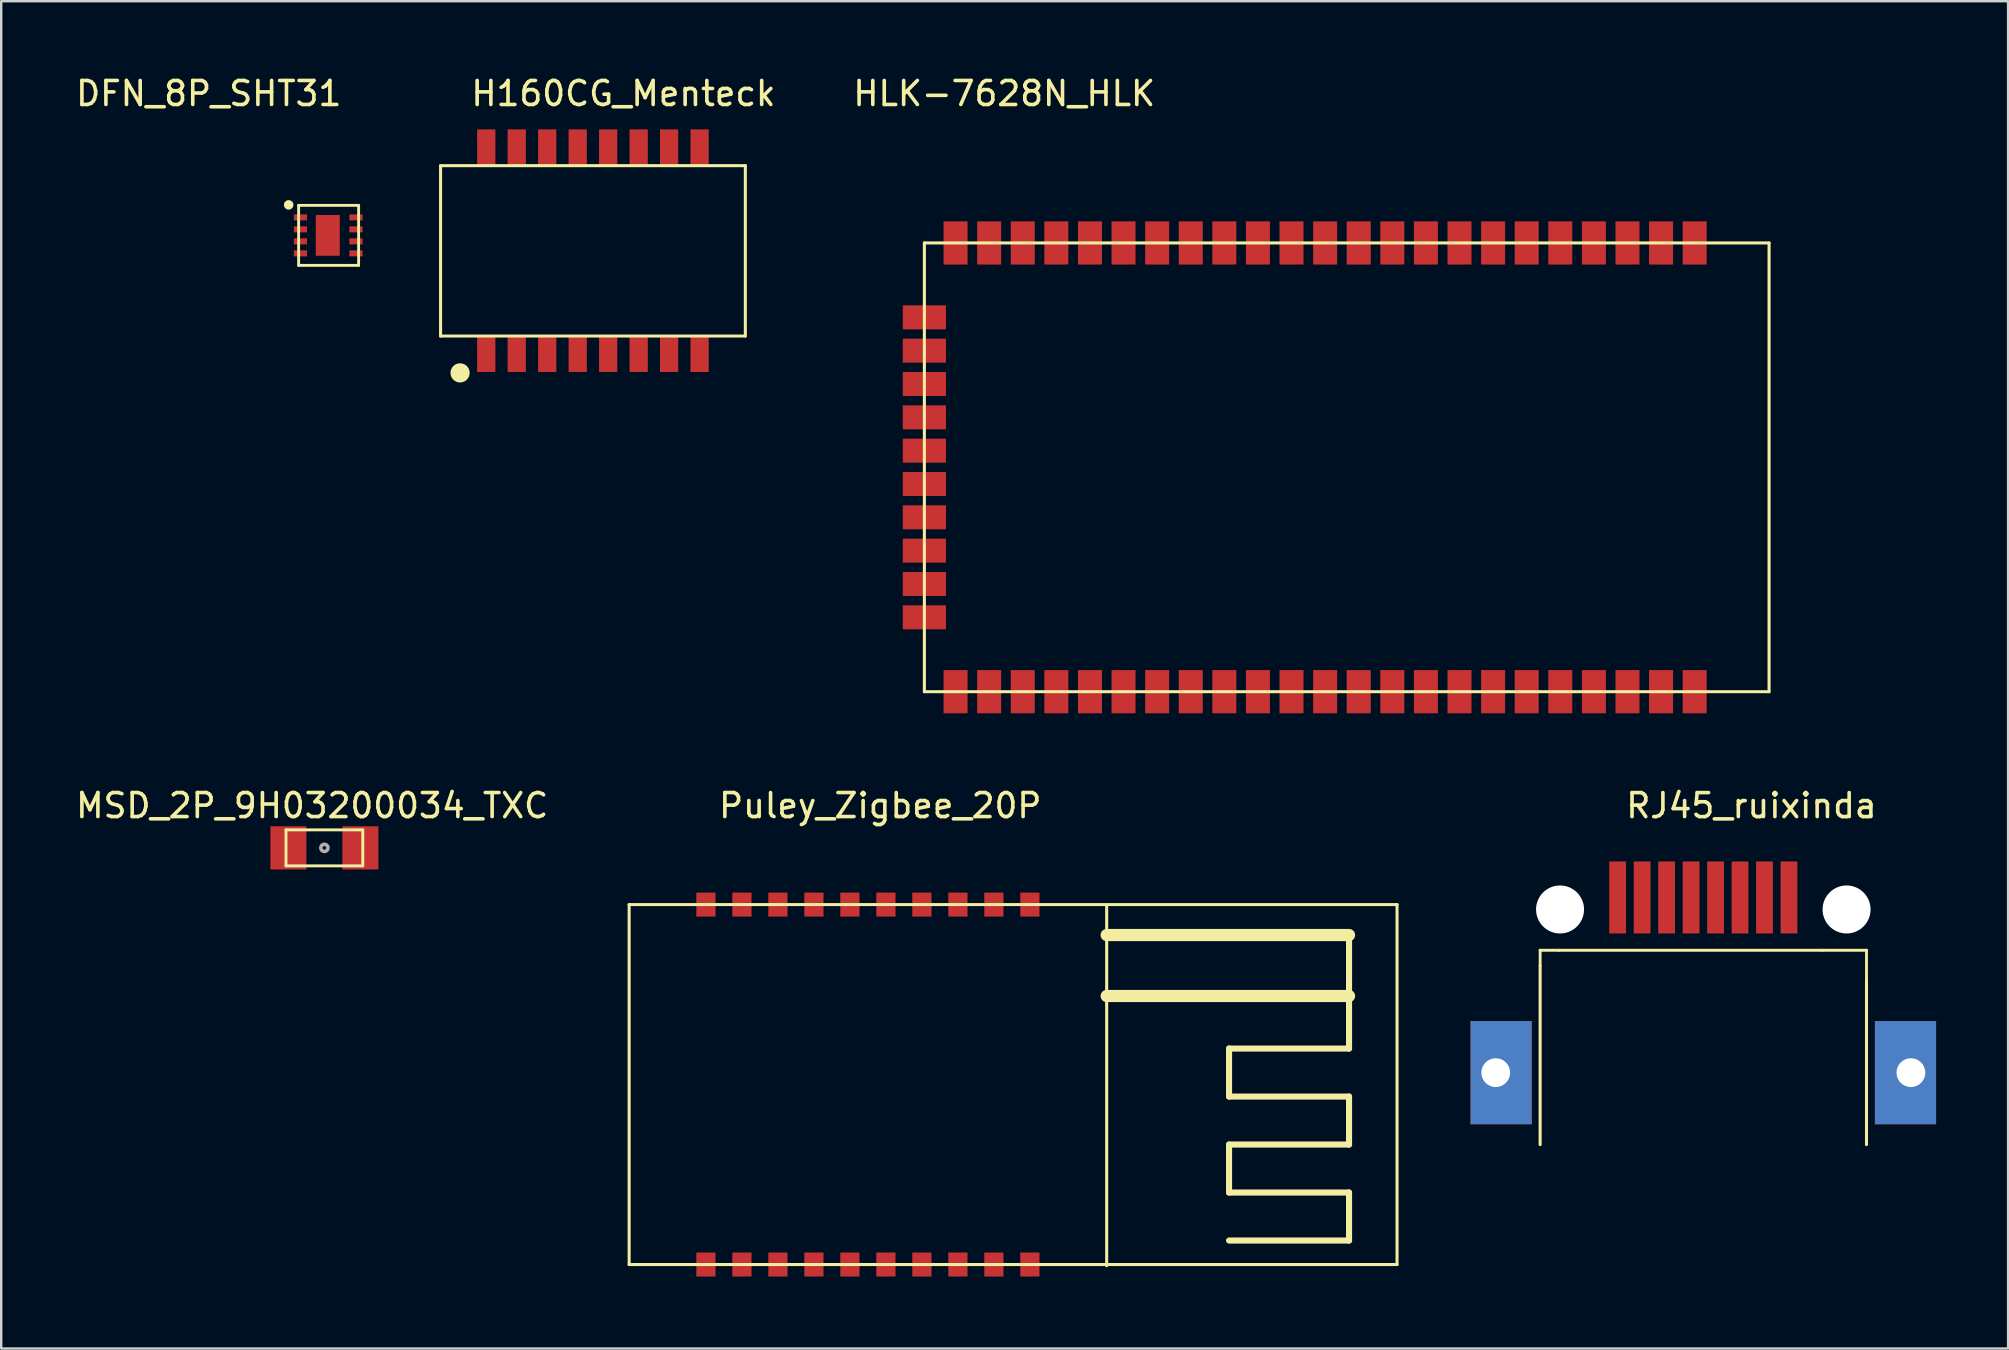
<source format=kicad_pcb>
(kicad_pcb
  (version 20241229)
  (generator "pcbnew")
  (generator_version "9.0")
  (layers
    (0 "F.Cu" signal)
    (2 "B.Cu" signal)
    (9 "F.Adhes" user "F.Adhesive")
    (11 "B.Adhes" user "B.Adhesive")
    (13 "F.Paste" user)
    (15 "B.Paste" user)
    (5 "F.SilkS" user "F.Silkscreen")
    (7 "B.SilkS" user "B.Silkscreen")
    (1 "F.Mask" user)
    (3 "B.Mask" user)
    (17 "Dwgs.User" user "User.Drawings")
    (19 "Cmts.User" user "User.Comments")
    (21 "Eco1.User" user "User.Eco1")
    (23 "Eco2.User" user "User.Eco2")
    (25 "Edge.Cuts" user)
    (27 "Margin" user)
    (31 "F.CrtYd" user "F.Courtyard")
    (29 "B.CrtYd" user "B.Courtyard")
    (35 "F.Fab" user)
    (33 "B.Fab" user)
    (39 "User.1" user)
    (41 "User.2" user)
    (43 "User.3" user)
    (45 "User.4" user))
  (footprint "DFN_8P_SHT31"
    (layer "F.Cu")
    (at 9.469 6.008)
    (property "Reference" "DFN_8P_SHT31" (at -3.82 -5.16 0) (layer "F.SilkS") (effects (font (size 1 1) (thickness 0.15))))
    (attr through_hole)
    (fp_line (start -0.075 -0.5) (end -0.075 2) (stroke (width 0.12) (type solid)) (layer "F.SilkS"))
    (fp_line (start -0.075 -0.5) (end 2.425 -0.5) (stroke (width 0.12) (type solid)) (layer "F.SilkS"))
    (fp_line (start -0.075 2) (end 2.425 2) (stroke (width 0.12) (type solid)) (layer "F.SilkS"))
    (fp_line (start 2.425 2) (end 2.425 -0.5) (stroke (width 0.12) (type solid)) (layer "F.SilkS"))
    (fp_circle (center -0.49 -0.52) (end -0.39 -0.52) (stroke (width 0.2) (type solid)) (fill no) (layer "F.SilkS"))
    (pad "0" smd rect (at 1.14 0.75) (size 1 1.7) (layers "F.Cu" "F.Mask" "F.Paste"))
    (pad "1" smd rect (at 0 0) (size 0.55 0.25) (layers "F.Cu" "F.Mask" "F.Paste"))
    (pad "2" smd rect (at 0 0.5) (size 0.55 0.25) (layers "F.Cu" "F.Mask" "F.Paste"))
    (pad "3" smd rect (at 0 1) (size 0.55 0.25) (layers "F.Cu" "F.Mask" "F.Paste"))
    (pad "4" smd rect (at 0 1.5) (size 0.55 0.25) (layers "F.Cu" "F.Mask" "F.Paste"))
    (pad "5" smd rect (at 2.315 1.5) (size 0.55 0.25) (layers "F.Cu" "F.Mask" "F.Paste"))
    (pad "6" smd rect (at 2.315 1) (size 0.55 0.25) (layers "F.Cu" "F.Mask" "F.Paste"))
    (pad "7" smd rect (at 2.315 0.5) (size 0.55 0.25) (layers "F.Cu" "F.Mask" "F.Paste"))
    (pad "8" smd rect (at 2.315 0) (size 0.55 0.25) (layers "F.Cu" "F.Mask" "F.Paste")))
  (footprint "RJ45_ruixinda"
    (layer "F.Cu")
    (at 61.96 34.849)
    (property "Reference" "RJ45_ruixinda" (at 7.976 -4.326 0) (layer "F.SilkS") (effects (font (size 1 1) (thickness 0.15))))
    (attr through_hole)
    (fp_line (start -0.83 2.337) (end -0.83 1.7) (stroke (width 0.12) (type solid)) (layer "F.SilkS"))
    (fp_line (start -0.83 9.8) (end -0.83 2.337) (stroke (width 0.127) (type solid)) (layer "F.SilkS"))
    (fp_line (start -0.813 1.7) (end -0.83 1.7) (stroke (width 0.12) (type solid)) (layer "F.SilkS"))
    (fp_line (start -0.051 1.7) (end -0.813 1.7) (stroke (width 0.12) (type solid)) (layer "F.SilkS"))
    (fp_line (start -0.051 1.7) (end 10.922 1.7) (stroke (width 0.12) (type solid)) (layer "F.SilkS"))
    (fp_line (start 10.922 1.7) (end 12.77 1.7) (stroke (width 0.12) (type solid)) (layer "F.SilkS"))
    (fp_line (start 12.77 1.727) (end 12.77 1.7) (stroke (width 0.12) (type solid)) (layer "F.SilkS"))
    (fp_line (start 12.77 2.997) (end 12.77 1.727) (stroke (width 0.12) (type solid)) (layer "F.SilkS"))
    (fp_line (start 12.77 2.997) (end 12.77 9.8) (stroke (width 0.127) (type solid)) (layer "F.SilkS"))
    (pad "" np_thru_hole circle (at 0 0) (size 2 2) (drill 2) (layers "*.Cu" "*.Mask"))
    (pad "" np_thru_hole circle (at 11.94 0) (size 2 2) (drill 2) (layers "*.Cu" "*.Mask"))
    (pad "0" thru_hole rect (at -2.68 6.8) (size 2.55 4.3) (drill 1.2 (offset 0.225 0)) (layers "*.Cu" "*.Mask"))
    (pad "0" thru_hole rect (at 14.62 6.8) (size 2.55 4.3) (drill 1.2 (offset -0.225 0)) (layers "*.Cu" "*.Mask"))
    (pad "1" smd rect (at 2.4 -0.5) (size 0.7 3) (layers "F.Cu" "F.Mask" "F.Paste"))
    (pad "2" smd rect (at 3.42 -0.5) (size 0.7 3) (layers "F.Cu" "F.Mask" "F.Paste"))
    (pad "3" smd rect (at 4.44 -0.5) (size 0.7 3) (layers "F.Cu" "F.Mask" "F.Paste"))
    (pad "4" smd rect (at 5.46 -0.5) (size 0.7 3) (layers "F.Cu" "F.Mask" "F.Paste"))
    (pad "5" smd rect (at 6.48 -0.5) (size 0.7 3) (layers "F.Cu" "F.Mask" "F.Paste"))
    (pad "6" smd rect (at 7.5 -0.5) (size 0.7 3) (layers "F.Cu" "F.Mask" "F.Paste"))
    (pad "7" smd rect (at 8.52 -0.5) (size 0.7 3) (layers "F.Cu" "F.Mask" "F.Paste"))
    (pad "8" smd rect (at 9.54 -0.5) (size 0.7 3) (layers "F.Cu" "F.Mask" "F.Paste")))
  (footprint "HLK-7628N_HLK"
    (layer "F.Cu")
    (at 35.47 7.074)
    (property "Reference" "HLK-7628N_HLK" (at 3.328 -6.226 0) (layer "F.SilkS") (effects (font (size 1 1) (thickness 0.15))))
    (attr smd)
    (fp_line (start 0 0) (end 0 18.7) (stroke (width 0.127) (type solid)) (layer "F.SilkS"))
    (fp_line (start 0 0) (end 35.2 0) (stroke (width 0.127) (type solid)) (layer "F.SilkS"))
    (fp_line (start 0 18.7) (end 35.2 18.7) (stroke (width 0.127) (type solid)) (layer "F.SilkS"))
    (fp_line (start 35.2 0) (end 35.2 18.7) (stroke (width 0.127) (type solid)) (layer "F.SilkS"))
    (pad "1" smd rect (at 32.1 0) (size 1 1.8) (layers "F.Cu" "F.Mask" "F.Paste"))
    (pad "2" smd rect (at 30.7 0) (size 1 1.8) (layers "F.Cu" "F.Mask" "F.Paste"))
    (pad "3" smd rect (at 29.3 0) (size 1 1.8) (layers "F.Cu" "F.Mask" "F.Paste"))
    (pad "4" smd rect (at 27.9 0) (size 1 1.8) (layers "F.Cu" "F.Mask" "F.Paste"))
    (pad "5" smd rect (at 26.5 0) (size 1 1.8) (layers "F.Cu" "F.Mask" "F.Paste"))
    (pad "6" smd rect (at 25.1 0) (size 1 1.8) (layers "F.Cu" "F.Mask" "F.Paste"))
    (pad "7" smd rect (at 23.7 0) (size 1 1.8) (layers "F.Cu" "F.Mask" "F.Paste"))
    (pad "8" smd rect (at 22.3 0) (size 1 1.8) (layers "F.Cu" "F.Mask" "F.Paste"))
    (pad "9" smd rect (at 20.9 0) (size 1 1.8) (layers "F.Cu" "F.Mask" "F.Paste"))
    (pad "10" smd rect (at 19.5 0) (size 1 1.8) (layers "F.Cu" "F.Mask" "F.Paste"))
    (pad "11" smd rect (at 18.1 0) (size 1 1.8) (layers "F.Cu" "F.Mask" "F.Paste"))
    (pad "12" smd rect (at 16.7 0) (size 1 1.8) (layers "F.Cu" "F.Mask" "F.Paste"))
    (pad "13" smd rect (at 15.3 0) (size 1 1.8) (layers "F.Cu" "F.Mask" "F.Paste"))
    (pad "14" smd rect (at 13.9 0) (size 1 1.8) (layers "F.Cu" "F.Mask" "F.Paste"))
    (pad "15" smd rect (at 12.5 0) (size 1 1.8) (layers "F.Cu" "F.Mask" "F.Paste"))
    (pad "16" smd rect (at 11.1 0) (size 1 1.8) (layers "F.Cu" "F.Mask" "F.Paste"))
    (pad "17" smd rect (at 9.7 0) (size 1 1.8) (layers "F.Cu" "F.Mask" "F.Paste"))
    (pad "18" smd rect (at 8.3 0) (size 1 1.8) (layers "F.Cu" "F.Mask" "F.Paste"))
    (pad "19" smd rect (at 6.9 0) (size 1 1.8) (layers "F.Cu" "F.Mask" "F.Paste"))
    (pad "20" smd rect (at 5.5 0) (size 1 1.8) (layers "F.Cu" "F.Mask" "F.Paste"))
    (pad "21" smd rect (at 4.1 0) (size 1 1.8) (layers "F.Cu" "F.Mask" "F.Paste"))
    (pad "22" smd rect (at 2.7 0) (size 1 1.8) (layers "F.Cu" "F.Mask" "F.Paste"))
    (pad "23" smd rect (at 1.3 0) (size 1 1.8) (layers "F.Cu" "F.Mask" "F.Paste"))
    (pad "24" smd rect (at 0 3.1 90) (size 1 1.8) (layers "F.Cu" "F.Mask" "F.Paste"))
    (pad "25" smd rect (at 0 4.489 90) (size 1 1.8) (layers "F.Cu" "F.Mask" "F.Paste"))
    (pad "26" smd rect (at 0 5.878 90) (size 1 1.8) (layers "F.Cu" "F.Mask" "F.Paste"))
    (pad "27" smd rect (at 0 7.267 90) (size 1 1.8) (layers "F.Cu" "F.Mask" "F.Paste"))
    (pad "28" smd rect (at 0 8.656 90) (size 1 1.8) (layers "F.Cu" "F.Mask" "F.Paste"))
    (pad "29" smd rect (at 0 10.044 90) (size 1 1.8) (layers "F.Cu" "F.Mask" "F.Paste"))
    (pad "30" smd rect (at 0 11.433 90) (size 1 1.8) (layers "F.Cu" "F.Mask" "F.Paste"))
    (pad "31" smd rect (at 0 12.822 90) (size 1 1.8) (layers "F.Cu" "F.Mask" "F.Paste"))
    (pad "32" smd rect (at 0 14.211 90) (size 1 1.8) (layers "F.Cu" "F.Mask" "F.Paste"))
    (pad "33" smd rect (at 0 15.6 90) (size 1 1.8) (layers "F.Cu" "F.Mask" "F.Paste"))
    (pad "34" smd rect (at 1.3 18.7 180) (size 1 1.8) (layers "F.Cu" "F.Mask" "F.Paste"))
    (pad "35" smd rect (at 2.7 18.7 180) (size 1 1.8) (layers "F.Cu" "F.Mask" "F.Paste"))
    (pad "36" smd rect (at 4.1 18.7 180) (size 1 1.8) (layers "F.Cu" "F.Mask" "F.Paste"))
    (pad "37" smd rect (at 5.5 18.7 180) (size 1 1.8) (layers "F.Cu" "F.Mask" "F.Paste"))
    (pad "38" smd rect (at 6.9 18.7 180) (size 1 1.8) (layers "F.Cu" "F.Mask" "F.Paste"))
    (pad "39" smd rect (at 8.3 18.7 180) (size 1 1.8) (layers "F.Cu" "F.Mask" "F.Paste"))
    (pad "40" smd rect (at 9.7 18.7 180) (size 1 1.8) (layers "F.Cu" "F.Mask" "F.Paste"))
    (pad "41" smd rect (at 11.1 18.7 180) (size 1 1.8) (layers "F.Cu" "F.Mask" "F.Paste"))
    (pad "42" smd rect (at 12.5 18.7 180) (size 1 1.8) (layers "F.Cu" "F.Mask" "F.Paste"))
    (pad "43" smd rect (at 13.9 18.7 180) (size 1 1.8) (layers "F.Cu" "F.Mask" "F.Paste"))
    (pad "44" smd rect (at 15.3 18.7 180) (size 1 1.8) (layers "F.Cu" "F.Mask" "F.Paste"))
    (pad "45" smd rect (at 16.7 18.7 180) (size 1 1.8) (layers "F.Cu" "F.Mask" "F.Paste"))
    (pad "46" smd rect (at 18.1 18.7 180) (size 1 1.8) (layers "F.Cu" "F.Mask" "F.Paste"))
    (pad "47" smd rect (at 19.5 18.7 180) (size 1 1.8) (layers "F.Cu" "F.Mask" "F.Paste"))
    (pad "48" smd rect (at 20.9 18.7 180) (size 1 1.8) (layers "F.Cu" "F.Mask" "F.Paste"))
    (pad "49" smd rect (at 22.3 18.7 180) (size 1 1.8) (layers "F.Cu" "F.Mask" "F.Paste"))
    (pad "50" smd rect (at 23.7 18.7 180) (size 1 1.8) (layers "F.Cu" "F.Mask" "F.Paste"))
    (pad "51" smd rect (at 25.1 18.7 180) (size 1 1.8) (layers "F.Cu" "F.Mask" "F.Paste"))
    (pad "52" smd rect (at 26.5 18.7 180) (size 1 1.8) (layers "F.Cu" "F.Mask" "F.Paste"))
    (pad "53" smd rect (at 27.9 18.7 180) (size 1 1.8) (layers "F.Cu" "F.Mask" "F.Paste"))
    (pad "54" smd rect (at 29.3 18.7 180) (size 1 1.8) (layers "F.Cu" "F.Mask" "F.Paste"))
    (pad "55" smd rect (at 30.7 18.7 180) (size 1 1.8) (layers "F.Cu" "F.Mask" "F.Paste"))
    (pad "56" smd rect (at 32.1 18.7 180) (size 1 1.8) (layers "F.Cu" "F.Mask" "F.Paste")))
  (footprint "Puley_Zigbee_20P"
    (layer "F.Cu")
    (at 23.167 34.645)
    (property "Reference" "Puley_Zigbee_20P" (at 10.465 -4.123 0) (layer "F.SilkS") (effects (font (size 1 1) (thickness 0.15))))
    (attr through_hole)
    (fp_line (start 0 0) (end 0 15) (stroke (width 0.127) (type solid)) (layer "F.SilkS"))
    (fp_line (start 0 0) (end 32 0) (stroke (width 0.127) (type solid)) (layer "F.SilkS"))
    (fp_line (start 0 15) (end 32 15) (stroke (width 0.127) (type solid)) (layer "F.SilkS"))
    (fp_line (start 19.9 0.051) (end 19.9 15.051) (stroke (width 0.127) (type solid)) (layer "F.SilkS"))
    (fp_line (start 19.9 1.27) (end 30 1.27) (stroke (width 0.508) (type solid)) (layer "F.SilkS"))
    (fp_line (start 19.9 3.81) (end 30 3.81) (stroke (width 0.508) (type solid)) (layer "F.SilkS"))
    (fp_line (start 25 6) (end 25 8) (stroke (width 0.254) (type solid)) (layer "F.SilkS"))
    (fp_line (start 25 10) (end 25 12) (stroke (width 0.254) (type solid)) (layer "F.SilkS"))
    (fp_line (start 30 1.27) (end 30 6) (stroke (width 0.254) (type solid)) (layer "F.SilkS"))
    (fp_line (start 30 6) (end 25 6) (stroke (width 0.254) (type solid)) (layer "F.SilkS"))
    (fp_line (start 30 8) (end 25 8) (stroke (width 0.254) (type solid)) (layer "F.SilkS"))
    (fp_line (start 30 8) (end 30 10) (stroke (width 0.254) (type solid)) (layer "F.SilkS"))
    (fp_line (start 30 10) (end 25 10) (stroke (width 0.254) (type solid)) (layer "F.SilkS"))
    (fp_line (start 30 12) (end 25 12) (stroke (width 0.254) (type solid)) (layer "F.SilkS"))
    (fp_line (start 30 14) (end 25 14) (stroke (width 0.254) (type solid)) (layer "F.SilkS"))
    (fp_line (start 30 14) (end 30 12) (stroke (width 0.254) (type solid)) (layer "F.SilkS"))
    (fp_line (start 32 0) (end 32 15) (stroke (width 0.127) (type solid)) (layer "F.SilkS"))
    (pad "1" smd rect (at 16.7 0 90) (size 1 0.8) (layers "F.Cu" "F.Mask" "F.Paste"))
    (pad "2" smd rect (at 15.2 0 90) (size 1 0.8) (layers "F.Cu" "F.Mask" "F.Paste"))
    (pad "3" smd rect (at 13.7 0 90) (size 1 0.8) (layers "F.Cu" "F.Mask" "F.Paste"))
    (pad "4" smd rect (at 12.2 0 90) (size 1 0.8) (layers "F.Cu" "F.Mask" "F.Paste"))
    (pad "5" smd rect (at 10.7 0 90) (size 1 0.8) (layers "F.Cu" "F.Mask" "F.Paste"))
    (pad "6" smd rect (at 9.2 0 90) (size 1 0.8) (layers "F.Cu" "F.Mask" "F.Paste"))
    (pad "7" smd rect (at 7.7 0 90) (size 1 0.8) (layers "F.Cu" "F.Mask" "F.Paste"))
    (pad "8" smd rect (at 6.2 0 90) (size 1 0.8) (layers "F.Cu" "F.Mask" "F.Paste"))
    (pad "9" smd rect (at 4.7 0 90) (size 1 0.8) (layers "F.Cu" "F.Mask" "F.Paste"))
    (pad "10" smd rect (at 3.2 0 90) (size 1 0.8) (layers "F.Cu" "F.Mask" "F.Paste"))
    (pad "11" smd rect (at 3.2 15 90) (size 1 0.8) (layers "F.Cu" "F.Mask" "F.Paste"))
    (pad "12" smd rect (at 4.7 15 90) (size 1 0.8) (layers "F.Cu" "F.Mask" "F.Paste"))
    (pad "13" smd rect (at 6.2 15 90) (size 1 0.8) (layers "F.Cu" "F.Mask" "F.Paste"))
    (pad "14" smd rect (at 7.7 15 90) (size 1 0.8) (layers "F.Cu" "F.Mask" "F.Paste"))
    (pad "15" smd rect (at 9.2 15 90) (size 1 0.8) (layers "F.Cu" "F.Mask" "F.Paste"))
    (pad "16" smd rect (at 10.7 15 90) (size 1 0.8) (layers "F.Cu" "F.Mask" "F.Paste"))
    (pad "17" smd rect (at 12.2 15 90) (size 1 0.8) (layers "F.Cu" "F.Mask" "F.Paste"))
    (pad "18" smd rect (at 13.7 15 90) (size 1 0.8) (layers "F.Cu" "F.Mask" "F.Paste"))
    (pad "19" smd rect (at 15.2 15 90) (size 1 0.8) (layers "F.Cu" "F.Mask" "F.Paste"))
    (pad "20" smd rect (at 16.7 15 90) (size 1 0.8) (layers "F.Cu" "F.Mask" "F.Paste")))
  (footprint "H160CG_Menteck"
    (layer "F.Cu")
    (at 15.309 3.853)
    (property "Reference" "H160CG_Menteck" (at 7.62 -3.005 0) (layer "F.SilkS") (effects (font (size 1 1) (thickness 0.15))))
    (attr through_hole)
    (fp_line (start 0 0) (end 0 7.1) (stroke (width 0.127) (type solid)) (layer "F.SilkS"))
    (fp_line (start 0 0) (end 12.7 0) (stroke (width 0.127) (type solid)) (layer "F.SilkS"))
    (fp_line (start 0 7.1) (end 12.7 7.1) (stroke (width 0.127) (type solid)) (layer "F.SilkS"))
    (fp_line (start 12.7 0) (end 12.7 7.1) (stroke (width 0.127) (type solid)) (layer "F.SilkS"))
    (fp_circle (center 0.813 8.636) (end 1.013 8.636) (stroke (width 0.4) (type solid)) (fill no) (layer "F.SilkS"))
    (pad "1" smd rect (at 1.905 7.85) (size 0.76 1.5) (layers "F.Cu" "F.Mask" "F.Paste"))
    (pad "2" smd rect (at 3.175 7.85) (size 0.76 1.5) (layers "F.Cu" "F.Mask" "F.Paste"))
    (pad "3" smd rect (at 4.445 7.85) (size 0.76 1.5) (layers "F.Cu" "F.Mask" "F.Paste"))
    (pad "4" smd rect (at 5.715 7.85) (size 0.76 1.5) (layers "F.Cu" "F.Mask" "F.Paste"))
    (pad "5" smd rect (at 6.985 7.85) (size 0.76 1.5) (layers "F.Cu" "F.Mask" "F.Paste"))
    (pad "6" smd rect (at 8.255 7.85) (size 0.76 1.5) (layers "F.Cu" "F.Mask" "F.Paste"))
    (pad "7" smd rect (at 9.525 7.85) (size 0.76 1.5) (layers "F.Cu" "F.Mask" "F.Paste"))
    (pad "8" smd rect (at 10.795 7.85) (size 0.76 1.5) (layers "F.Cu" "F.Mask" "F.Paste"))
    (pad "9" smd rect (at 10.795 -0.762) (size 0.76 1.5) (layers "F.Cu" "F.Mask" "F.Paste"))
    (pad "10" smd rect (at 9.525 -0.762) (size 0.76 1.5) (layers "F.Cu" "F.Mask" "F.Paste"))
    (pad "11" smd rect (at 8.255 -0.762) (size 0.76 1.5) (layers "F.Cu" "F.Mask" "F.Paste"))
    (pad "12" smd rect (at 6.985 -0.762) (size 0.76 1.5) (layers "F.Cu" "F.Mask" "F.Paste"))
    (pad "13" smd rect (at 5.715 -0.762) (size 0.76 1.5) (layers "F.Cu" "F.Mask" "F.Paste"))
    (pad "14" smd rect (at 4.445 -0.762) (size 0.76 1.5) (layers "F.Cu" "F.Mask" "F.Paste"))
    (pad "15" smd rect (at 3.175 -0.762) (size 0.76 1.5) (layers "F.Cu" "F.Mask" "F.Paste"))
    (pad "16" smd rect (at 1.905 -0.762) (size 0.76 1.5) (layers "F.Cu" "F.Mask" "F.Paste")))
  (footprint "MSD_2P_9H03200034_TXC"
    (layer "F.Cu")
    (at 10.468 32.282)
    (property "Reference" "MSD_2P_9H03200034_TXC" (at -0.51 -1.76 0) (layer "F.SilkS") (effects (font (size 1 1) (thickness 0.15))))
    (attr through_hole)
    (fp_line (start -1.6 -0.75) (end -1.6 0.75) (stroke (width 0.12) (type solid)) (layer "F.SilkS"))
    (fp_line (start -1.6 -0.75) (end 1.6 -0.75) (stroke (width 0.12) (type solid)) (layer "F.SilkS"))
    (fp_line (start -1.6 0.75) (end 1.6 0.75) (stroke (width 0.12) (type solid)) (layer "F.SilkS"))
    (fp_line (start 1.6 -0.75) (end 1.6 0.75) (stroke (width 0.12) (type solid)) (layer "F.SilkS"))
    (fp_circle (center 0 0) (end 0.15 0) (stroke (width 0.15) (type solid)) (fill no) (layer "F.Fab"))
    (pad "1" smd rect (at -1.5 0) (size 1.5 1.8) (layers "F.Cu" "F.Mask" "F.Paste"))
    (pad "2" smd rect (at 1.5 0) (size 1.5 1.8) (layers "F.Cu" "F.Mask" "F.Paste")))
  (gr_rect
    (start -3 -3)
    (end 80.63 53.145)
    (stroke (width 0.1) (type default))
    (fill no)
    (layer "Edge.Cuts")))
</source>
